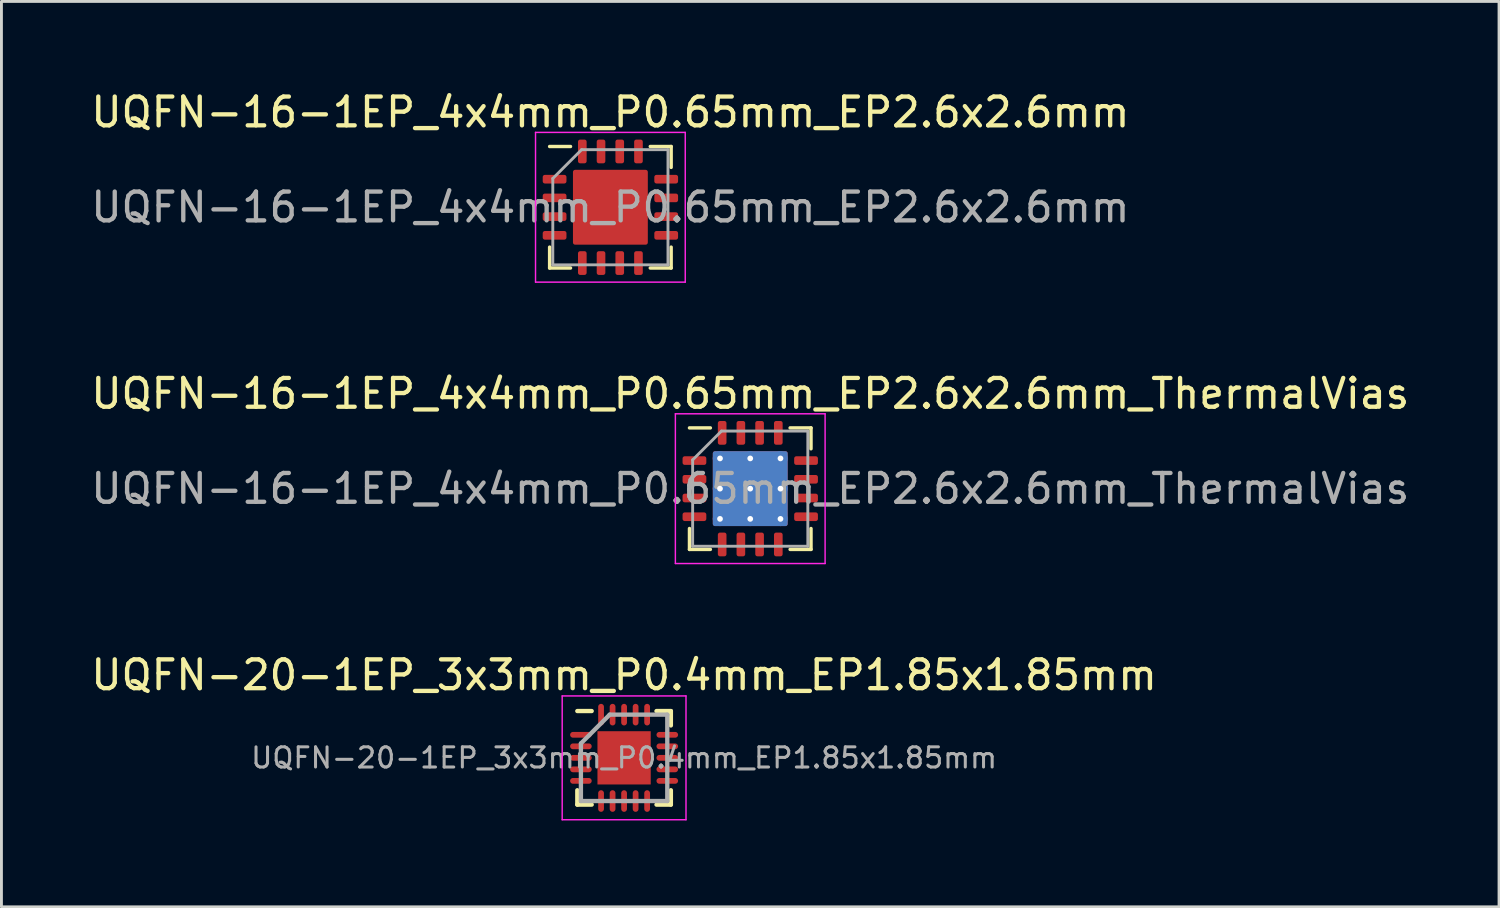
<source format=kicad_pcb>
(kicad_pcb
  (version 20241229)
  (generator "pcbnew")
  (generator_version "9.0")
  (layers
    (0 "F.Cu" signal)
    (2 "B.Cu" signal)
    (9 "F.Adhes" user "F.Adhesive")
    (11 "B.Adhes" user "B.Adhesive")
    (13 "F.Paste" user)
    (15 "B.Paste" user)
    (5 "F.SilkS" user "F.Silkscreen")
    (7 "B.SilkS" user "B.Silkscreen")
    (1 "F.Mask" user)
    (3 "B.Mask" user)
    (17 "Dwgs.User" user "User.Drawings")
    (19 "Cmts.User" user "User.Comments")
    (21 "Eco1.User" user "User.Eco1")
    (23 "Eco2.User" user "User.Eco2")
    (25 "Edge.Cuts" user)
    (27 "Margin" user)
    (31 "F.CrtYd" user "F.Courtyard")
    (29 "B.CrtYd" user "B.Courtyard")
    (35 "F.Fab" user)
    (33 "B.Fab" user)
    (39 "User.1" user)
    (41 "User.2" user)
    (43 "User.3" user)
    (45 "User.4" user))
  (footprint "UQFN-16-1EP_4x4mm_P0.65mm_EP2.6x2.6mm_ThermalVias"
    (layer "F.Cu")
    (at 23.006 13.921)
    (property "Reference" "UQFN-16-1EP_4x4mm_P0.65mm_EP2.6x2.6mm_ThermalVias" (at 0 -3.3 0) (layer "F.SilkS") (effects (font (size 1 1) (thickness 0.15))))
    (attr smd)
    (fp_line (start -2.11 2.11) (end -2.11 1.385) (stroke (width 0.12) (type solid)) (layer "F.SilkS"))
    (fp_line (start -1.385 -2.11) (end -2.11 -2.11) (stroke (width 0.12) (type solid)) (layer "F.SilkS"))
    (fp_line (start -1.385 2.11) (end -2.11 2.11) (stroke (width 0.12) (type solid)) (layer "F.SilkS"))
    (fp_line (start 1.385 -2.11) (end 2.11 -2.11) (stroke (width 0.12) (type solid)) (layer "F.SilkS"))
    (fp_line (start 1.385 2.11) (end 2.11 2.11) (stroke (width 0.12) (type solid)) (layer "F.SilkS"))
    (fp_line (start 2.11 -2.11) (end 2.11 -1.385) (stroke (width 0.12) (type solid)) (layer "F.SilkS"))
    (fp_line (start 2.11 2.11) (end 2.11 1.385) (stroke (width 0.12) (type solid)) (layer "F.SilkS"))
    (fp_line (start -2.6 -2.6) (end -2.6 2.6) (stroke (width 0.05) (type solid)) (layer "F.CrtYd"))
    (fp_line (start -2.6 2.6) (end 2.6 2.6) (stroke (width 0.05) (type solid)) (layer "F.CrtYd"))
    (fp_line (start 2.6 -2.6) (end -2.6 -2.6) (stroke (width 0.05) (type solid)) (layer "F.CrtYd"))
    (fp_line (start 2.6 2.6) (end 2.6 -2.6) (stroke (width 0.05) (type solid)) (layer "F.CrtYd"))
    (fp_line (start -2 -1) (end -1 -2) (stroke (width 0.1) (type solid)) (layer "F.Fab"))
    (fp_line (start -2 2) (end -2 -1) (stroke (width 0.1) (type solid)) (layer "F.Fab"))
    (fp_line (start -1 -2) (end 2 -2) (stroke (width 0.1) (type solid)) (layer "F.Fab"))
    (fp_line (start 2 -2) (end 2 2) (stroke (width 0.1) (type solid)) (layer "F.Fab"))
    (fp_line (start 2 2) (end -2 2) (stroke (width 0.1) (type solid)) (layer "F.Fab"))
    (fp_text user "${REFERENCE}" (at 0 0 0) (layer "F.Fab") (effects (font (size 1 1) (thickness 0.15))))
    (pad "" smd roundrect (at -0.65 -0.65) (size 1.13 1.13) (layers "F.Paste") (roundrect_rratio 0.221))
    (pad "" smd roundrect (at -0.65 0.65) (size 1.13 1.13) (layers "F.Paste") (roundrect_rratio 0.221))
    (pad "" smd roundrect (at 0.65 -0.65) (size 1.13 1.13) (layers "F.Paste") (roundrect_rratio 0.221))
    (pad "" smd roundrect (at 0.65 0.65) (size 1.13 1.13) (layers "F.Paste") (roundrect_rratio 0.221))
    (pad "1" smd roundrect (at -1.938 -0.975) (size 0.825 0.3) (layers "F.Cu" "F.Mask" "F.Paste") (roundrect_rratio 0.25))
    (pad "2" smd roundrect (at -1.938 -0.325) (size 0.825 0.3) (layers "F.Cu" "F.Mask" "F.Paste") (roundrect_rratio 0.25))
    (pad "3" smd roundrect (at -1.938 0.325) (size 0.825 0.3) (layers "F.Cu" "F.Mask" "F.Paste") (roundrect_rratio 0.25))
    (pad "4" smd roundrect (at -1.938 0.975) (size 0.825 0.3) (layers "F.Cu" "F.Mask" "F.Paste") (roundrect_rratio 0.25))
    (pad "5" smd roundrect (at -0.975 1.938) (size 0.3 0.825) (layers "F.Cu" "F.Mask" "F.Paste") (roundrect_rratio 0.25))
    (pad "6" smd roundrect (at -0.325 1.938) (size 0.3 0.825) (layers "F.Cu" "F.Mask" "F.Paste") (roundrect_rratio 0.25))
    (pad "7" smd roundrect (at 0.325 1.938) (size 0.3 0.825) (layers "F.Cu" "F.Mask" "F.Paste") (roundrect_rratio 0.25))
    (pad "8" smd roundrect (at 0.975 1.938) (size 0.3 0.825) (layers "F.Cu" "F.Mask" "F.Paste") (roundrect_rratio 0.25))
    (pad "9" smd roundrect (at 1.938 0.975) (size 0.825 0.3) (layers "F.Cu" "F.Mask" "F.Paste") (roundrect_rratio 0.25))
    (pad "10" smd roundrect (at 1.938 0.325) (size 0.825 0.3) (layers "F.Cu" "F.Mask" "F.Paste") (roundrect_rratio 0.25))
    (pad "11" smd roundrect (at 1.938 -0.325) (size 0.825 0.3) (layers "F.Cu" "F.Mask" "F.Paste") (roundrect_rratio 0.25))
    (pad "12" smd roundrect (at 1.938 -0.975) (size 0.825 0.3) (layers "F.Cu" "F.Mask" "F.Paste") (roundrect_rratio 0.25))
    (pad "13" smd roundrect (at 0.975 -1.938) (size 0.3 0.825) (layers "F.Cu" "F.Mask" "F.Paste") (roundrect_rratio 0.25))
    (pad "14" smd roundrect (at 0.325 -1.938) (size 0.3 0.825) (layers "F.Cu" "F.Mask" "F.Paste") (roundrect_rratio 0.25))
    (pad "15" smd roundrect (at -0.325 -1.938) (size 0.3 0.825) (layers "F.Cu" "F.Mask" "F.Paste") (roundrect_rratio 0.25))
    (pad "16" smd roundrect (at -0.975 -1.938) (size 0.3 0.825) (layers "F.Cu" "F.Mask" "F.Paste") (roundrect_rratio 0.25))
    (pad "17" thru_hole circle (at -1.05 -1.05) (size 0.5 0.5) (drill 0.2) (layers "*.Cu"))
    (pad "17" thru_hole circle (at -1.05 0) (size 0.5 0.5) (drill 0.2) (layers "*.Cu"))
    (pad "17" thru_hole circle (at -1.05 1.05) (size 0.5 0.5) (drill 0.2) (layers "*.Cu"))
    (pad "17" thru_hole circle (at 0 -1.05) (size 0.5 0.5) (drill 0.2) (layers "*.Cu"))
    (pad "17" thru_hole circle (at 0 0) (size 0.5 0.5) (drill 0.2) (layers "*.Cu"))
    (pad "17" smd roundrect (at 0 0) (size 2.6 2.6) (layers "F.Cu" "F.Mask") (roundrect_rratio 0.029))
    (pad "17" smd roundrect (at 0 0) (size 2.6 2.6) (layers "B.Cu") (roundrect_rratio 0.029))
    (pad "17" thru_hole circle (at 0 1.05) (size 0.5 0.5) (drill 0.2) (layers "*.Cu"))
    (pad "17" thru_hole circle (at 1.05 -1.05) (size 0.5 0.5) (drill 0.2) (layers "*.Cu"))
    (pad "17" thru_hole circle (at 1.05 0) (size 0.5 0.5) (drill 0.2) (layers "*.Cu"))
    (pad "17" thru_hole circle (at 1.05 1.05) (size 0.5 0.5) (drill 0.2) (layers "*.Cu")))
  (footprint "UQFN-16-1EP_4x4mm_P0.65mm_EP2.6x2.6mm"
    (layer "F.Cu")
    (at 18.149 4.148)
    (property "Reference" "UQFN-16-1EP_4x4mm_P0.65mm_EP2.6x2.6mm" (at 0 -3.3 0) (layer "F.SilkS") (effects (font (size 1 1) (thickness 0.15))))
    (attr smd)
    (fp_line (start -2.11 2.11) (end -2.11 1.385) (stroke (width 0.12) (type solid)) (layer "F.SilkS"))
    (fp_line (start -1.385 -2.11) (end -2.11 -2.11) (stroke (width 0.12) (type solid)) (layer "F.SilkS"))
    (fp_line (start -1.385 2.11) (end -2.11 2.11) (stroke (width 0.12) (type solid)) (layer "F.SilkS"))
    (fp_line (start 1.385 -2.11) (end 2.11 -2.11) (stroke (width 0.12) (type solid)) (layer "F.SilkS"))
    (fp_line (start 1.385 2.11) (end 2.11 2.11) (stroke (width 0.12) (type solid)) (layer "F.SilkS"))
    (fp_line (start 2.11 -2.11) (end 2.11 -1.385) (stroke (width 0.12) (type solid)) (layer "F.SilkS"))
    (fp_line (start 2.11 2.11) (end 2.11 1.385) (stroke (width 0.12) (type solid)) (layer "F.SilkS"))
    (fp_line (start -2.6 -2.6) (end -2.6 2.6) (stroke (width 0.05) (type solid)) (layer "F.CrtYd"))
    (fp_line (start -2.6 2.6) (end 2.6 2.6) (stroke (width 0.05) (type solid)) (layer "F.CrtYd"))
    (fp_line (start 2.6 -2.6) (end -2.6 -2.6) (stroke (width 0.05) (type solid)) (layer "F.CrtYd"))
    (fp_line (start 2.6 2.6) (end 2.6 -2.6) (stroke (width 0.05) (type solid)) (layer "F.CrtYd"))
    (fp_line (start -2 -1) (end -1 -2) (stroke (width 0.1) (type solid)) (layer "F.Fab"))
    (fp_line (start -2 2) (end -2 -1) (stroke (width 0.1) (type solid)) (layer "F.Fab"))
    (fp_line (start -1 -2) (end 2 -2) (stroke (width 0.1) (type solid)) (layer "F.Fab"))
    (fp_line (start 2 -2) (end 2 2) (stroke (width 0.1) (type solid)) (layer "F.Fab"))
    (fp_line (start 2 2) (end -2 2) (stroke (width 0.1) (type solid)) (layer "F.Fab"))
    (fp_text user "${REFERENCE}" (at 0 0 0) (layer "F.Fab") (effects (font (size 1 1) (thickness 0.15))))
    (pad "" smd roundrect (at -0.65 -0.65) (size 1.05 1.05) (layers "F.Paste") (roundrect_rratio 0.238))
    (pad "" smd roundrect (at -0.65 0.65) (size 1.05 1.05) (layers "F.Paste") (roundrect_rratio 0.238))
    (pad "" smd roundrect (at 0.65 -0.65) (size 1.05 1.05) (layers "F.Paste") (roundrect_rratio 0.238))
    (pad "" smd roundrect (at 0.65 0.65) (size 1.05 1.05) (layers "F.Paste") (roundrect_rratio 0.238))
    (pad "1" smd roundrect (at -1.938 -0.975) (size 0.825 0.3) (layers "F.Cu" "F.Mask" "F.Paste") (roundrect_rratio 0.25))
    (pad "2" smd roundrect (at -1.938 -0.325) (size 0.825 0.3) (layers "F.Cu" "F.Mask" "F.Paste") (roundrect_rratio 0.25))
    (pad "3" smd roundrect (at -1.938 0.325) (size 0.825 0.3) (layers "F.Cu" "F.Mask" "F.Paste") (roundrect_rratio 0.25))
    (pad "4" smd roundrect (at -1.938 0.975) (size 0.825 0.3) (layers "F.Cu" "F.Mask" "F.Paste") (roundrect_rratio 0.25))
    (pad "5" smd roundrect (at -0.975 1.938) (size 0.3 0.825) (layers "F.Cu" "F.Mask" "F.Paste") (roundrect_rratio 0.25))
    (pad "6" smd roundrect (at -0.325 1.938) (size 0.3 0.825) (layers "F.Cu" "F.Mask" "F.Paste") (roundrect_rratio 0.25))
    (pad "7" smd roundrect (at 0.325 1.938) (size 0.3 0.825) (layers "F.Cu" "F.Mask" "F.Paste") (roundrect_rratio 0.25))
    (pad "8" smd roundrect (at 0.975 1.938) (size 0.3 0.825) (layers "F.Cu" "F.Mask" "F.Paste") (roundrect_rratio 0.25))
    (pad "9" smd roundrect (at 1.938 0.975) (size 0.825 0.3) (layers "F.Cu" "F.Mask" "F.Paste") (roundrect_rratio 0.25))
    (pad "10" smd roundrect (at 1.938 0.325) (size 0.825 0.3) (layers "F.Cu" "F.Mask" "F.Paste") (roundrect_rratio 0.25))
    (pad "11" smd roundrect (at 1.938 -0.325) (size 0.825 0.3) (layers "F.Cu" "F.Mask" "F.Paste") (roundrect_rratio 0.25))
    (pad "12" smd roundrect (at 1.938 -0.975) (size 0.825 0.3) (layers "F.Cu" "F.Mask" "F.Paste") (roundrect_rratio 0.25))
    (pad "13" smd roundrect (at 0.975 -1.938) (size 0.3 0.825) (layers "F.Cu" "F.Mask" "F.Paste") (roundrect_rratio 0.25))
    (pad "14" smd roundrect (at 0.325 -1.938) (size 0.3 0.825) (layers "F.Cu" "F.Mask" "F.Paste") (roundrect_rratio 0.25))
    (pad "15" smd roundrect (at -0.325 -1.938) (size 0.3 0.825) (layers "F.Cu" "F.Mask" "F.Paste") (roundrect_rratio 0.25))
    (pad "16" smd roundrect (at -0.975 -1.938) (size 0.3 0.825) (layers "F.Cu" "F.Mask" "F.Paste") (roundrect_rratio 0.25))
    (pad "17" smd roundrect (at 0 0) (size 2.6 2.6) (layers "F.Cu" "F.Mask") (roundrect_rratio 0.029)))
  (footprint "UQFN-20-1EP_3x3mm_P0.4mm_EP1.85x1.85mm"
    (layer "F.Cu")
    (at 18.625 23.27)
    (property "Reference" "UQFN-20-1EP_3x3mm_P0.4mm_EP1.85x1.85mm" (at 0 -2.875 0) (layer "F.SilkS") (effects (font (size 1 1) (thickness 0.15))))
    (attr smd)
    (fp_line (start -1.625 -1.625) (end -1.125 -1.625) (stroke (width 0.15) (type solid)) (layer "F.SilkS"))
    (fp_line (start -1.625 1.625) (end -1.625 1.125) (stroke (width 0.15) (type solid)) (layer "F.SilkS"))
    (fp_line (start -1.625 1.625) (end -1.125 1.625) (stroke (width 0.15) (type solid)) (layer "F.SilkS"))
    (fp_line (start 1.625 -1.625) (end 1.125 -1.625) (stroke (width 0.15) (type solid)) (layer "F.SilkS"))
    (fp_line (start 1.625 -1.625) (end 1.625 -1.125) (stroke (width 0.15) (type solid)) (layer "F.SilkS"))
    (fp_line (start 1.625 1.625) (end 1.125 1.625) (stroke (width 0.15) (type solid)) (layer "F.SilkS"))
    (fp_line (start 1.625 1.625) (end 1.625 1.125) (stroke (width 0.15) (type solid)) (layer "F.SilkS"))
    (fp_line (start -2.15 -2.15) (end -2.15 2.15) (stroke (width 0.05) (type solid)) (layer "F.CrtYd"))
    (fp_line (start -2.15 -2.15) (end 2.15 -2.15) (stroke (width 0.05) (type solid)) (layer "F.CrtYd"))
    (fp_line (start -2.15 2.15) (end 2.15 2.15) (stroke (width 0.05) (type solid)) (layer "F.CrtYd"))
    (fp_line (start 2.15 -2.15) (end 2.15 2.15) (stroke (width 0.05) (type solid)) (layer "F.CrtYd"))
    (fp_line (start -1.5 -0.5) (end -0.5 -1.5) (stroke (width 0.15) (type solid)) (layer "F.Fab"))
    (fp_line (start -1.5 1.5) (end -1.5 -0.5) (stroke (width 0.15) (type solid)) (layer "F.Fab"))
    (fp_line (start -0.5 -1.5) (end 1.5 -1.5) (stroke (width 0.15) (type solid)) (layer "F.Fab"))
    (fp_line (start 1.5 -1.5) (end 1.5 1.5) (stroke (width 0.15) (type solid)) (layer "F.Fab"))
    (fp_line (start 1.5 1.5) (end -1.5 1.5) (stroke (width 0.15) (type solid)) (layer "F.Fab"))
    (fp_text user "${REFERENCE}" (at 0 0 0) (layer "F.Fab") (effects (font (size 0.7 0.7) (thickness 0.105))))
    (pad "" smd rect (at -0.463 -0.463) (size 0.74 0.74) (layers "F.Paste"))
    (pad "" smd rect (at -0.463 0.463) (size 0.74 0.74) (layers "F.Paste"))
    (pad "" smd rect (at 0.463 -0.463) (size 0.74 0.74) (layers "F.Paste"))
    (pad "" smd rect (at 0.463 0.463) (size 0.74 0.74) (layers "F.Paste"))
    (pad "1" smd oval (at -1.5 -0.8) (size 0.75 0.2) (layers "F.Cu" "F.Mask" "F.Paste"))
    (pad "2" smd oval (at -1.5 -0.4) (size 0.75 0.2) (layers "F.Cu" "F.Mask" "F.Paste"))
    (pad "3" smd oval (at -1.5 0) (size 0.75 0.2) (layers "F.Cu" "F.Mask" "F.Paste"))
    (pad "4" smd oval (at -1.5 0.4) (size 0.75 0.2) (layers "F.Cu" "F.Mask" "F.Paste"))
    (pad "5" smd oval (at -1.5 0.8) (size 0.75 0.2) (layers "F.Cu" "F.Mask" "F.Paste"))
    (pad "6" smd oval (at -0.8 1.5 90) (size 0.75 0.2) (layers "F.Cu" "F.Mask" "F.Paste"))
    (pad "7" smd oval (at -0.4 1.5 90) (size 0.75 0.2) (layers "F.Cu" "F.Mask" "F.Paste"))
    (pad "8" smd oval (at 0 1.5 90) (size 0.75 0.2) (layers "F.Cu" "F.Mask" "F.Paste"))
    (pad "9" smd oval (at 0.4 1.5 90) (size 0.75 0.2) (layers "F.Cu" "F.Mask" "F.Paste"))
    (pad "10" smd oval (at 0.8 1.5 90) (size 0.75 0.2) (layers "F.Cu" "F.Mask" "F.Paste"))
    (pad "11" smd oval (at 1.5 0.8) (size 0.75 0.2) (layers "F.Cu" "F.Mask" "F.Paste"))
    (pad "12" smd oval (at 1.5 0.4) (size 0.75 0.2) (layers "F.Cu" "F.Mask" "F.Paste"))
    (pad "13" smd oval (at 1.5 0) (size 0.75 0.2) (layers "F.Cu" "F.Mask" "F.Paste"))
    (pad "14" smd oval (at 1.5 -0.4) (size 0.75 0.2) (layers "F.Cu" "F.Mask" "F.Paste"))
    (pad "15" smd oval (at 1.5 -0.8) (size 0.75 0.2) (layers "F.Cu" "F.Mask" "F.Paste"))
    (pad "16" smd oval (at 0.8 -1.5 90) (size 0.75 0.2) (layers "F.Cu" "F.Mask" "F.Paste"))
    (pad "17" smd oval (at 0.4 -1.5 90) (size 0.75 0.2) (layers "F.Cu" "F.Mask" "F.Paste"))
    (pad "18" smd oval (at 0 -1.5 90) (size 0.75 0.2) (layers "F.Cu" "F.Mask" "F.Paste"))
    (pad "19" smd oval (at -0.4 -1.5 90) (size 0.75 0.2) (layers "F.Cu" "F.Mask" "F.Paste"))
    (pad "20" smd oval (at -0.8 -1.5 90) (size 0.75 0.2) (layers "F.Cu" "F.Mask" "F.Paste"))
    (pad "21" smd rect (at 0 0) (size 1.85 1.85) (layers "F.Cu" "F.Mask")))
  (gr_rect
    (start -3 -3)
    (end 49.012 28.445)
    (stroke (width 0.1) (type default))
    (fill no)
    (layer "Edge.Cuts")))
</source>
